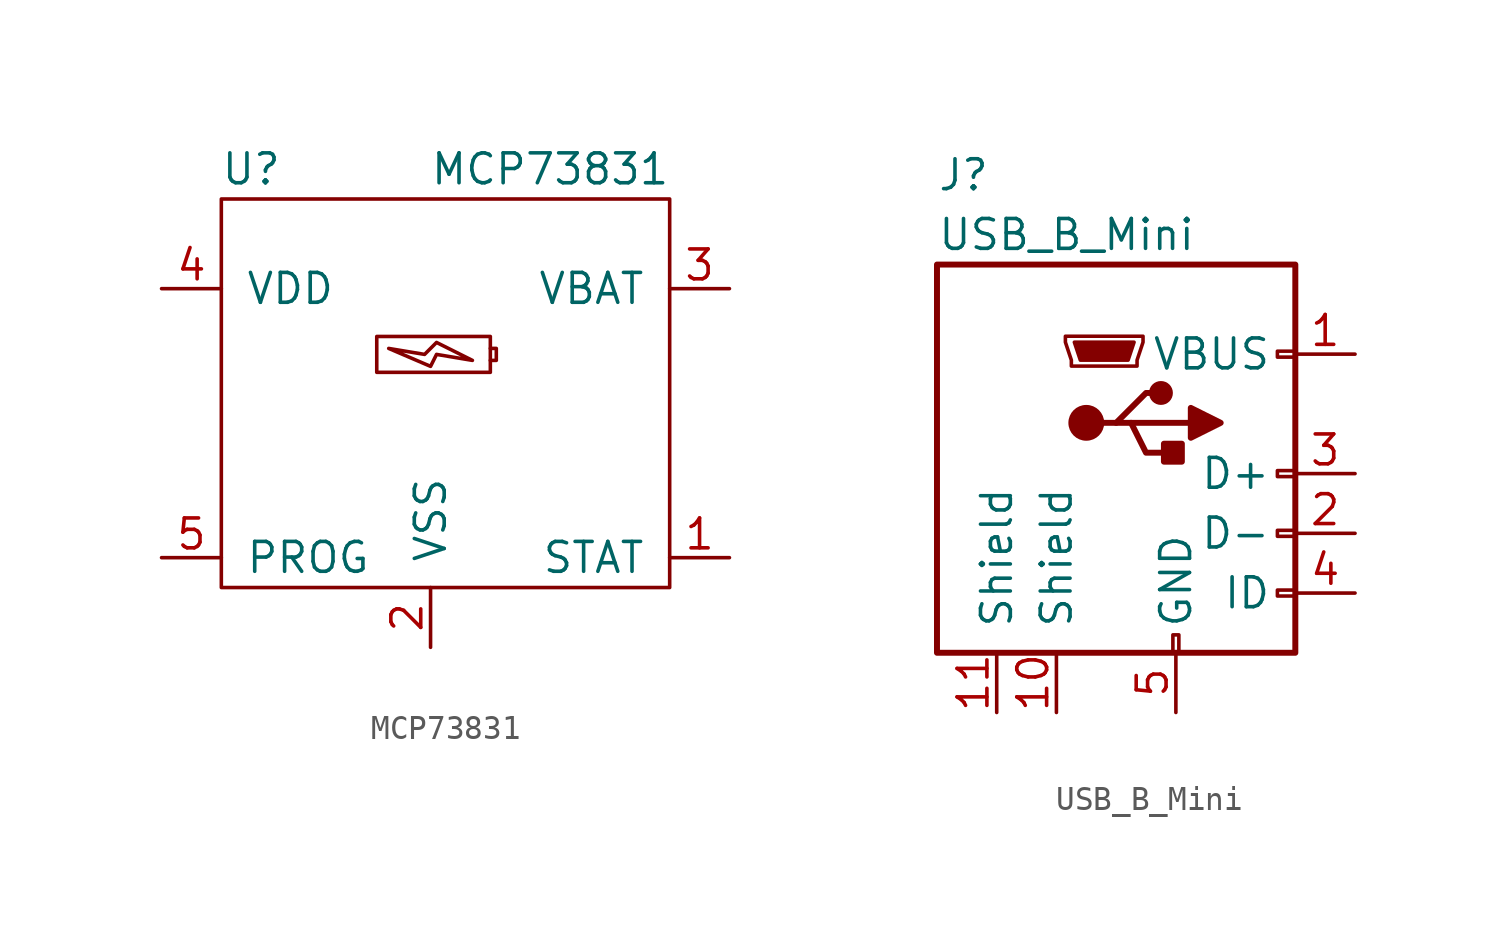
<source format=kicad_sym>
(kicad_symbol_lib
  (version 20211014)
  (generator kicad_symbol_editor)
  (symbol "MCP73831"
    (pin_names
      (offset 1.016))
    (property "Reference" "U"
      (at 3.81 12.7 0)
      (effects (font (size 1.27 1.27))))
    (property "Value" "MCP73831"
      (at 16.51 12.7 0)
      (effects (font (size 1.27 1.27))))
    (symbol "MCP73831_0_1"
      (polyline (pts (xy 13.97 5.08) (xy 14.224 5.08) (xy 14.224 4.572) (xy 13.97 4.572)) (stroke (width 0) (type default) (color 0 0 0 0)) (fill (type none)))
      (polyline (pts (xy 13.97 5.588) (xy 9.144 5.588) (xy 9.144 4.064) (xy 13.97 4.064) (xy 13.97 5.588)) (stroke (width 0) (type default) (color 0 0 0 0)) (fill (type none)))
      (polyline (pts (xy 9.652 5.08) (xy 11.43 4.318) (xy 11.684 4.826) (xy 13.208 4.572) (xy 11.684 5.334) (xy 11.176 4.826) (xy 9.652 5.08)) (stroke (width 0) (type default) (color 0 0 0 0)) (fill (type none)))
      (rectangle (start 2.54 -5.08) (end 21.59 11.43) (stroke (width 0) (type default) (color 0 0 0 0)) (fill (type none))))
    (symbol "MCP73831_1_1"
      (pin output line (at 24.13 -3.81 180) (length 2.54) (name "STAT" (effects (font (size 1.27 1.27)))) (number "1" (effects (font (size 1.27 1.27)))))
      (pin power_in line (at 11.43 -7.62 90) (length 2.54) (name "VSS" (effects (font (size 1.27 1.27)))) (number "2" (effects (font (size 1.27 1.27)))))
      (pin power_out line (at 24.13 7.62 180) (length 2.54) (name "VBAT" (effects (font (size 1.27 1.27)))) (number "3" (effects (font (size 1.27 1.27)))))
      (pin power_in line (at 0 7.62 0) (length 2.54) (name "VDD" (effects (font (size 1.27 1.27)))) (number "4" (effects (font (size 1.27 1.27)))))
      (pin input line (at 0 -3.81 0) (length 2.54) (name "PROG" (effects (font (size 1.27 1.27)))) (number "5" (effects (font (size 1.27 1.27)))))))
  (symbol "USB_B_Mini"
    (pin_names
      (offset 1.016))
    (property "Reference" "J"
      (at -10.16 12.7 0)
      (effects (font (size 1.27 1.27)) (justify left)))
    (property "Value" "USB_B_Mini"
      (at -10.16 10.16 0)
      (effects (font (size 1.27 1.27)) (justify left)))
    (symbol "USB_B_Mini_0_1"
      (rectangle (start -10.16 -7.62) (end 5.08 8.89) (stroke (width 0.254) (type default) (color 0 0 0 0)) (fill (type none)))
      (circle (center -3.81 2.159) (radius 0.635) (stroke (width 0.254) (type default) (color 0 0 0 0)) (fill (type outline)))
      (circle (center -0.635 3.429) (radius 0.381) (stroke (width 0.254) (type default) (color 0 0 0 0)) (fill (type outline)))
      (rectangle (start -0.127 -7.62) (end 0.127 -6.858) (stroke (width 0) (type default) (color 0 0 0 0)) (fill (type none)))
      (polyline (pts (xy -1.905 2.159) (xy 0.635 2.159)) (stroke (width 0.254) (type default) (color 0 0 0 0)) (fill (type none)))
      (polyline (pts (xy -3.175 2.159) (xy -2.54 2.159) (xy -1.27 3.429) (xy -0.635 3.429)) (stroke (width 0.254) (type default) (color 0 0 0 0)) (fill (type none)))
      (polyline (pts (xy -2.54 2.159) (xy -1.905 2.159) (xy -1.27 0.889) (xy 0 0.889)) (stroke (width 0.254) (type default) (color 0 0 0 0)) (fill (type none)))
      (polyline (pts (xy 0.635 2.794) (xy 0.635 1.524) (xy 1.905 2.159) (xy 0.635 2.794)) (stroke (width 0.254) (type default) (color 0 0 0 0)) (fill (type outline)))
      (polyline (pts (xy -4.318 5.588) (xy -1.778 5.588) (xy -2.032 4.826) (xy -4.064 4.826) (xy -4.318 5.588)) (stroke (width 0) (type default) (color 0 0 0 0)) (fill (type outline)))
      (polyline (pts (xy -4.699 5.842) (xy -4.699 5.588) (xy -4.445 4.826) (xy -4.445 4.572) (xy -1.651 4.572) (xy -1.651 4.826) (xy -1.397 5.588) (xy -1.397 5.842) (xy -4.699 5.842)) (stroke (width 0) (type default) (color 0 0 0 0)) (fill (type none)))
      (rectangle (start 0.254 1.27) (end -0.508 0.508) (stroke (width 0.254) (type default) (color 0 0 0 0)) (fill (type outline)))
      (rectangle (start 5.08 -5.207) (end 4.318 -4.953) (stroke (width 0) (type default) (color 0 0 0 0)) (fill (type none)))
      (rectangle (start 5.08 -2.667) (end 4.318 -2.413) (stroke (width 0) (type default) (color 0 0 0 0)) (fill (type none)))
      (rectangle (start 5.08 -0.127) (end 4.318 0.127) (stroke (width 0) (type default) (color 0 0 0 0)) (fill (type none)))
      (rectangle (start 5.08 4.953) (end 4.318 5.207) (stroke (width 0) (type default) (color 0 0 0 0)) (fill (type none))))
    (symbol "USB_B_Mini_1_1"
      (pin power_out line (at 7.62 5.08 180) (length 2.54) (name "VBUS" (effects (font (size 1.27 1.27)))) (number "1" (effects (font (size 1.27 1.27)))))
      (pin passive line (at -5.08 -10.16 90) (length 2.54) (name "Shield" (effects (font (size 1.27 1.27)))) (number "10" (effects (font (size 1.27 1.27)))))
      (pin passive line (at -7.62 -10.16 90) (length 2.54) (name "Shield" (effects (font (size 1.27 1.27)))) (number "11" (effects (font (size 1.27 1.27)))))
      (pin bidirectional line (at 7.62 -2.54 180) (length 2.54) (name "D-" (effects (font (size 1.27 1.27)))) (number "2" (effects (font (size 1.27 1.27)))))
      (pin bidirectional line (at 7.62 0 180) (length 2.54) (name "D+" (effects (font (size 1.27 1.27)))) (number "3" (effects (font (size 1.27 1.27)))))
      (pin passive line (at 7.62 -5.08 180) (length 2.54) (name "ID" (effects (font (size 1.27 1.27)))) (number "4" (effects (font (size 1.27 1.27)))))
      (pin power_out line (at 0 -10.16 90) (length 2.54) (name "GND" (effects (font (size 1.27 1.27)))) (number "5" (effects (font (size 1.27 1.27))))))))
</source>
